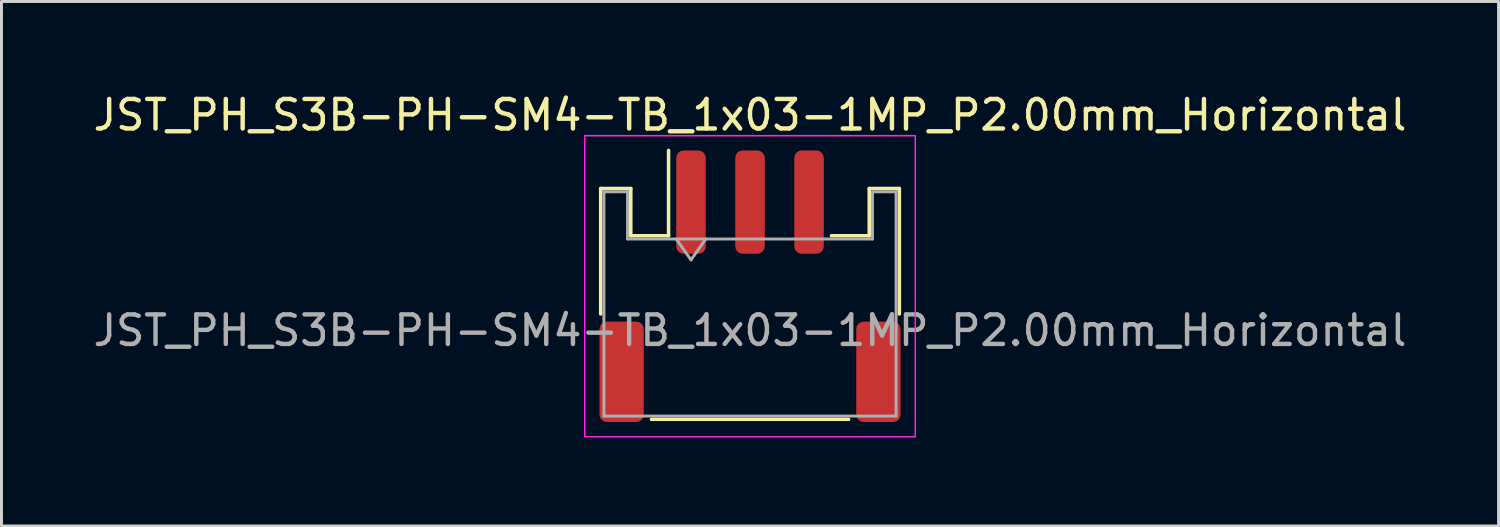
<source format=kicad_pcb>
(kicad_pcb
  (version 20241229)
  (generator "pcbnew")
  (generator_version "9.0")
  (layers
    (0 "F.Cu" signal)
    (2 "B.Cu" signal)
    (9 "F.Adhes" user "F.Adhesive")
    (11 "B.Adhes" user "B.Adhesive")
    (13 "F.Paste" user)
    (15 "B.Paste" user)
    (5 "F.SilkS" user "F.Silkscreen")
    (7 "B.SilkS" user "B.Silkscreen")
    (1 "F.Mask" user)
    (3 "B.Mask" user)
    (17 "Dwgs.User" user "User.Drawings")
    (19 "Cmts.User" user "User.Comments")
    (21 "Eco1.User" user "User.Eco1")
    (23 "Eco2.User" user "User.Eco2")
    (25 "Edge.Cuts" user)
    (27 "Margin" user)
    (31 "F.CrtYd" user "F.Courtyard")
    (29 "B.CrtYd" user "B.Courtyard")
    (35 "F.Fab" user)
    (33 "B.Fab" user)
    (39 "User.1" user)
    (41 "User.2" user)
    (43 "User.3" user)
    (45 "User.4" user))
  (footprint "JST_PH_S3B-PH-SM4-TB_1x03-1MP_P2.00mm_Horizontal"
    (layer "F.Cu")
    (at 22.363 6.648)
    (property "Reference" "JST_PH_S3B-PH-SM4-TB_1x03-1MP_P2.00mm_Horizontal" (at 0 -5.8 0) (layer "F.SilkS") (effects (font (size 1 1) (thickness 0.15))))
    (attr smd)
    (fp_line (start -5.06 -3.31) (end -4.04 -3.31) (stroke (width 0.12) (type solid)) (layer "F.SilkS"))
    (fp_line (start -5.06 0.94) (end -5.06 -3.31) (stroke (width 0.12) (type solid)) (layer "F.SilkS"))
    (fp_line (start -4.04 -3.31) (end -4.04 -1.71) (stroke (width 0.12) (type solid)) (layer "F.SilkS"))
    (fp_line (start -4.04 -1.71) (end -2.76 -1.71) (stroke (width 0.12) (type solid)) (layer "F.SilkS"))
    (fp_line (start -3.34 4.51) (end 3.34 4.51) (stroke (width 0.12) (type solid)) (layer "F.SilkS"))
    (fp_line (start -2.76 -1.71) (end -2.76 -4.6) (stroke (width 0.12) (type solid)) (layer "F.SilkS"))
    (fp_line (start 4.04 -3.31) (end 4.04 -1.71) (stroke (width 0.12) (type solid)) (layer "F.SilkS"))
    (fp_line (start 4.04 -1.71) (end 2.76 -1.71) (stroke (width 0.12) (type solid)) (layer "F.SilkS"))
    (fp_line (start 5.06 -3.31) (end 4.04 -3.31) (stroke (width 0.12) (type solid)) (layer "F.SilkS"))
    (fp_line (start 5.06 0.94) (end 5.06 -3.31) (stroke (width 0.12) (type solid)) (layer "F.SilkS"))
    (fp_line (start -5.6 -5.1) (end -5.6 5.1) (stroke (width 0.05) (type solid)) (layer "F.CrtYd"))
    (fp_line (start -5.6 5.1) (end 5.6 5.1) (stroke (width 0.05) (type solid)) (layer "F.CrtYd"))
    (fp_line (start 5.6 -5.1) (end -5.6 -5.1) (stroke (width 0.05) (type solid)) (layer "F.CrtYd"))
    (fp_line (start 5.6 5.1) (end 5.6 -5.1) (stroke (width 0.05) (type solid)) (layer "F.CrtYd"))
    (fp_line (start -4.95 -3.2) (end -4.95 4.4) (stroke (width 0.1) (type solid)) (layer "F.Fab"))
    (fp_line (start -4.95 -3.2) (end -4.15 -3.2) (stroke (width 0.1) (type solid)) (layer "F.Fab"))
    (fp_line (start -4.95 4.4) (end 4.95 4.4) (stroke (width 0.1) (type solid)) (layer "F.Fab"))
    (fp_line (start -4.15 -3.2) (end -4.15 -1.6) (stroke (width 0.1) (type solid)) (layer "F.Fab"))
    (fp_line (start -4.15 -1.6) (end 4.15 -1.6) (stroke (width 0.1) (type solid)) (layer "F.Fab"))
    (fp_line (start -2.5 -1.6) (end -2 -0.893) (stroke (width 0.1) (type solid)) (layer "F.Fab"))
    (fp_line (start -2 -0.893) (end -1.5 -1.6) (stroke (width 0.1) (type solid)) (layer "F.Fab"))
    (fp_line (start 4.15 -3.2) (end 4.95 -3.2) (stroke (width 0.1) (type solid)) (layer "F.Fab"))
    (fp_line (start 4.15 -1.6) (end 4.15 -3.2) (stroke (width 0.1) (type solid)) (layer "F.Fab"))
    (fp_line (start 4.95 -3.2) (end 4.95 4.4) (stroke (width 0.1) (type solid)) (layer "F.Fab"))
    (fp_text user "${REFERENCE}" (at 0 1.5 0) (layer "F.Fab") (effects (font (size 1 1) (thickness 0.15))))
    (pad "1" smd roundrect (at -2 -2.85) (size 1 3.5) (layers "F.Cu" "F.Mask" "F.Paste") (roundrect_rratio 0.25))
    (pad "2" smd roundrect (at 0 -2.85) (size 1 3.5) (layers "F.Cu" "F.Mask" "F.Paste") (roundrect_rratio 0.25))
    (pad "3" smd roundrect (at 2 -2.85) (size 1 3.5) (layers "F.Cu" "F.Mask" "F.Paste") (roundrect_rratio 0.25))
    (pad "MP" smd roundrect (at -4.35 2.9) (size 1.5 3.4) (layers "F.Cu" "F.Mask" "F.Paste") (roundrect_rratio 0.167))
    (pad "MP" smd roundrect (at 4.35 2.9) (size 1.5 3.4) (layers "F.Cu" "F.Mask" "F.Paste") (roundrect_rratio 0.167)))
  (gr_rect
    (start -3 -3)
    (end 47.726 14.773)
    (stroke (width 0.1) (type default))
    (fill no)
    (layer "Edge.Cuts")))
</source>
